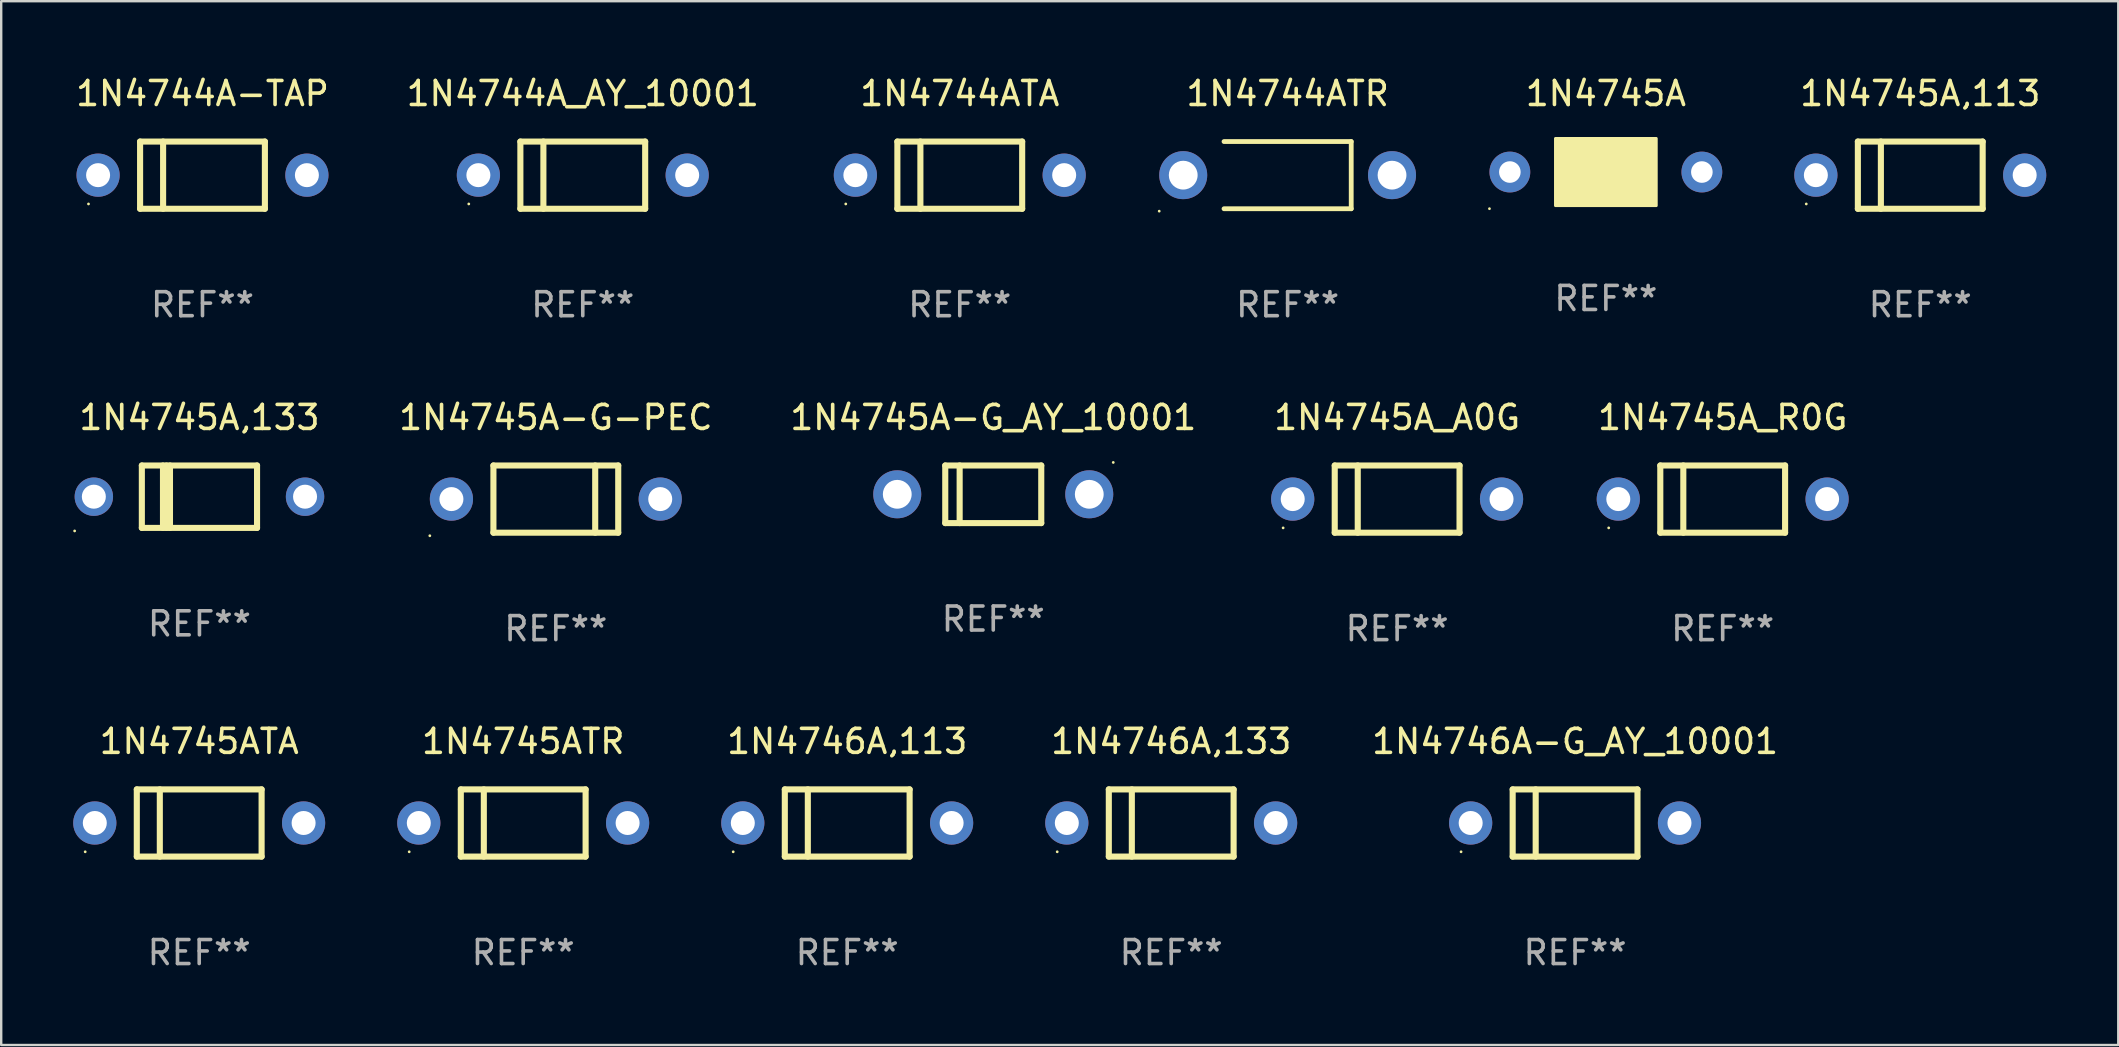
<source format=kicad_pcb>
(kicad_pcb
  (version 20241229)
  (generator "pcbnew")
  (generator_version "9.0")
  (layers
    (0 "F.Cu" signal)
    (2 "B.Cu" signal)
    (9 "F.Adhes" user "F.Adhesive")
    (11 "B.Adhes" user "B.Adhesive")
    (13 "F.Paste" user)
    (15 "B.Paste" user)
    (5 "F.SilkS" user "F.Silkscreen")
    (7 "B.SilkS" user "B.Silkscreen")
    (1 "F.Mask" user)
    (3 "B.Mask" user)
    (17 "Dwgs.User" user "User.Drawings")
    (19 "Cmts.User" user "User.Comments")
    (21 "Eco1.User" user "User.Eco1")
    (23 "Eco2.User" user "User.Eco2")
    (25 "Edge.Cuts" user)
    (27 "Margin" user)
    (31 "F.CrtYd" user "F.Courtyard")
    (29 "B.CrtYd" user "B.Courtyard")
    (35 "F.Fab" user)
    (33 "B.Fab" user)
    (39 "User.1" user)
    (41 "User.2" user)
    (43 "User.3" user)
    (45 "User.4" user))
  (footprint "1N4744ATR"
    (layer "F.Cu")
    (at 50.6 4.248)
    (property "Reference" "1N4744ATR" (at 0 -3.4 0) (layer "F.SilkS") (effects (font (size 1 1) (thickness 0.15))))
    (attr through_hole)
    (fp_line (start -2.65 1.4) (end 2.65 1.4) (stroke (width 0.2) (type solid)) (layer "F.SilkS"))
    (fp_line (start 2.65 -1.4) (end -2.65 -1.4) (stroke (width 0.2) (type solid)) (layer "F.SilkS"))
    (fp_line (start 2.65 1.4) (end 2.65 -1.4) (stroke (width 0.2) (type solid)) (layer "F.SilkS"))
    (fp_circle (center -5.35 1.5) (end -5.32 1.5) (stroke (width 0.06) (type solid)) (fill no) (layer "F.SilkS"))
    (fp_text user "REF**" (at 0 5.4 0) (layer "F.Fab") (effects (font (size 1 1) (thickness 0.15))))
    (pad "1" thru_hole circle (at -4.35 0) (size 2 2) (drill 1.2) (layers "*.Cu" "*.Mask"))
    (pad "2" thru_hole circle (at 4.35 0) (size 2 2) (drill 1.2) (layers "*.Cu" "*.Mask")))
  (footprint "1N4745ATR"
    (layer "F.Cu")
    (at 18.75 31.241)
    (property "Reference" "1N4745ATR" (at 0 -3.4 0) (layer "F.SilkS") (effects (font (size 1 1) (thickness 0.15))))
    (attr through_hole)
    (fp_line (start -2.6 -1.4) (end -2.6 1.4) (stroke (width 0.254) (type solid)) (layer "F.SilkS"))
    (fp_line (start -2.6 -1.4) (end 2.6 -1.4) (stroke (width 0.254) (type solid)) (layer "F.SilkS"))
    (fp_line (start -2.6 1.4) (end 2.6 1.4) (stroke (width 0.254) (type solid)) (layer "F.SilkS"))
    (fp_line (start -1.641 -1.4) (end -1.641 1.4) (stroke (width 0.254) (type solid)) (layer "F.SilkS"))
    (fp_line (start 2.6 -1.4) (end 2.6 1.4) (stroke (width 0.254) (type solid)) (layer "F.SilkS"))
    (fp_circle (center -4.75 1.2) (end -4.72 1.2) (stroke (width 0.06) (type solid)) (fill no) (layer "F.SilkS"))
    (fp_text user "REF**" (at 0 5.4 0) (layer "F.Fab") (effects (font (size 1 1) (thickness 0.15))))
    (pad "1" thru_hole circle (at -4.35 0) (size 1.8 1.8) (drill 1) (layers "*.Cu" "*.Mask"))
    (pad "2" thru_hole circle (at 4.35 0) (size 1.8 1.8) (drill 1) (layers "*.Cu" "*.Mask")))
  (footprint "1N4746A-G_AY_10001"
    (layer "F.Cu")
    (at 62.577 31.241)
    (property "Reference" "1N4746A-G_AY_10001" (at 0 -3.4 0) (layer "F.SilkS") (effects (font (size 1 1) (thickness 0.15))))
    (attr through_hole)
    (fp_line (start -2.6 -1.4) (end -2.6 1.4) (stroke (width 0.254) (type solid)) (layer "F.SilkS"))
    (fp_line (start -2.6 -1.4) (end 2.6 -1.4) (stroke (width 0.254) (type solid)) (layer "F.SilkS"))
    (fp_line (start -2.6 1.4) (end 2.6 1.4) (stroke (width 0.254) (type solid)) (layer "F.SilkS"))
    (fp_line (start -1.641 -1.4) (end -1.641 1.4) (stroke (width 0.254) (type solid)) (layer "F.SilkS"))
    (fp_line (start 2.6 -1.4) (end 2.6 1.4) (stroke (width 0.254) (type solid)) (layer "F.SilkS"))
    (fp_circle (center -4.75 1.2) (end -4.72 1.2) (stroke (width 0.06) (type solid)) (fill no) (layer "F.SilkS"))
    (fp_text user "REF**" (at 0 5.4 0) (layer "F.Fab") (effects (font (size 1 1) (thickness 0.15))))
    (pad "1" thru_hole circle (at -4.35 0) (size 1.8 1.8) (drill 1) (layers "*.Cu" "*.Mask"))
    (pad "2" thru_hole circle (at 4.35 0) (size 1.8 1.8) (drill 1) (layers "*.Cu" "*.Mask")))
  (footprint "1N4744A-TAP"
    (layer "F.Cu")
    (at 5.387 4.248)
    (property "Reference" "1N4744A-TAP" (at 0 -3.4 0) (layer "F.SilkS") (effects (font (size 1 1) (thickness 0.15))))
    (attr through_hole)
    (fp_line (start -2.6 -1.4) (end -2.6 1.4) (stroke (width 0.254) (type solid)) (layer "F.SilkS"))
    (fp_line (start -2.6 -1.4) (end 2.6 -1.4) (stroke (width 0.254) (type solid)) (layer "F.SilkS"))
    (fp_line (start -2.6 1.4) (end 2.6 1.4) (stroke (width 0.254) (type solid)) (layer "F.SilkS"))
    (fp_line (start -1.641 -1.4) (end -1.641 1.4) (stroke (width 0.254) (type solid)) (layer "F.SilkS"))
    (fp_line (start 2.6 -1.4) (end 2.6 1.4) (stroke (width 0.254) (type solid)) (layer "F.SilkS"))
    (fp_circle (center -4.75 1.2) (end -4.72 1.2) (stroke (width 0.06) (type solid)) (fill no) (layer "F.SilkS"))
    (fp_text user "REF**" (at 0 5.4 0) (layer "F.Fab") (effects (font (size 1 1) (thickness 0.15))))
    (pad "1" thru_hole circle (at -4.35 0) (size 1.8 1.8) (drill 1) (layers "*.Cu" "*.Mask"))
    (pad "2" thru_hole circle (at 4.35 0) (size 1.8 1.8) (drill 1) (layers "*.Cu" "*.Mask")))
  (footprint "1N4745A-G-PEC"
    (layer "F.Cu")
    (at 20.109 17.745)
    (property "Reference" "1N4745A-G-PEC" (at 0 -3.4 0) (layer "F.SilkS") (effects (font (size 1 1) (thickness 0.15))))
    (attr through_hole)
    (fp_line (start -2.6 1.4) (end -2.6 -1.4) (stroke (width 0.254) (type solid)) (layer "F.SilkS"))
    (fp_line (start 1.641 1.4) (end 1.641 -1.4) (stroke (width 0.254) (type solid)) (layer "F.SilkS"))
    (fp_line (start 2.6 -1.4) (end -2.6 -1.4) (stroke (width 0.254) (type solid)) (layer "F.SilkS"))
    (fp_line (start 2.6 1.4) (end -2.6 1.4) (stroke (width 0.254) (type solid)) (layer "F.SilkS"))
    (fp_line (start 2.6 1.4) (end 2.6 -1.4) (stroke (width 0.254) (type solid)) (layer "F.SilkS"))
    (fp_circle (center -5.25 1.527) (end -5.22 1.527) (stroke (width 0.06) (type solid)) (fill no) (layer "F.SilkS"))
    (fp_text user "REF**" (at 0 5.4 0) (layer "F.Fab") (effects (font (size 1 1) (thickness 0.15))))
    (pad "1" thru_hole circle (at -4.35 0) (size 1.8 1.8) (drill 1) (layers "*.Cu" "*.Mask"))
    (pad "2" thru_hole circle (at 4.35 0) (size 1.8 1.8) (drill 1) (layers "*.Cu" "*.Mask")))
  (footprint "1N4744A_AY_10001"
    (layer "F.Cu")
    (at 21.232 4.248)
    (property "Reference" "1N4744A_AY_10001" (at 0 -3.4 0) (layer "F.SilkS") (effects (font (size 1 1) (thickness 0.15))))
    (attr through_hole)
    (fp_line (start -2.6 -1.4) (end -2.6 1.4) (stroke (width 0.254) (type solid)) (layer "F.SilkS"))
    (fp_line (start -2.6 -1.4) (end 2.6 -1.4) (stroke (width 0.254) (type solid)) (layer "F.SilkS"))
    (fp_line (start -2.6 1.4) (end 2.6 1.4) (stroke (width 0.254) (type solid)) (layer "F.SilkS"))
    (fp_line (start -1.641 -1.4) (end -1.641 1.4) (stroke (width 0.254) (type solid)) (layer "F.SilkS"))
    (fp_line (start 2.6 -1.4) (end 2.6 1.4) (stroke (width 0.254) (type solid)) (layer "F.SilkS"))
    (fp_circle (center -4.75 1.2) (end -4.72 1.2) (stroke (width 0.06) (type solid)) (fill no) (layer "F.SilkS"))
    (fp_text user "REF**" (at 0 5.4 0) (layer "F.Fab") (effects (font (size 1 1) (thickness 0.15))))
    (pad "1" thru_hole circle (at -4.35 0) (size 1.8 1.8) (drill 1) (layers "*.Cu" "*.Mask"))
    (pad "2" thru_hole circle (at 4.35 0) (size 1.8 1.8) (drill 1) (layers "*.Cu" "*.Mask")))
  (footprint "1N4745ATA"
    (layer "F.Cu")
    (at 5.25 31.241)
    (property "Reference" "1N4745ATA" (at 0 -3.4 0) (layer "F.SilkS") (effects (font (size 1 1) (thickness 0.15))))
    (attr through_hole)
    (fp_line (start -2.6 -1.4) (end -2.6 1.4) (stroke (width 0.254) (type solid)) (layer "F.SilkS"))
    (fp_line (start -2.6 -1.4) (end 2.6 -1.4) (stroke (width 0.254) (type solid)) (layer "F.SilkS"))
    (fp_line (start -2.6 1.4) (end 2.6 1.4) (stroke (width 0.254) (type solid)) (layer "F.SilkS"))
    (fp_line (start -1.641 -1.4) (end -1.641 1.4) (stroke (width 0.254) (type solid)) (layer "F.SilkS"))
    (fp_line (start 2.6 -1.4) (end 2.6 1.4) (stroke (width 0.254) (type solid)) (layer "F.SilkS"))
    (fp_circle (center -4.75 1.2) (end -4.72 1.2) (stroke (width 0.06) (type solid)) (fill no) (layer "F.SilkS"))
    (fp_text user "REF**" (at 0 5.4 0) (layer "F.Fab") (effects (font (size 1 1) (thickness 0.15))))
    (pad "1" thru_hole circle (at -4.35 0) (size 1.8 1.8) (drill 1) (layers "*.Cu" "*.Mask"))
    (pad "2" thru_hole circle (at 4.35 0) (size 1.8 1.8) (drill 1) (layers "*.Cu" "*.Mask")))
  (footprint "1N4745A,133"
    (layer "F.Cu")
    (at 5.26 17.645)
    (property "Reference" "1N4745A,133" (at 0 -3.3 0) (layer "F.SilkS") (effects (font (size 1 1) (thickness 0.15))))
    (attr through_hole)
    (fp_line (start -2.4 -1.3) (end -2.4 1.3) (stroke (width 0.254) (type solid)) (layer "F.SilkS"))
    (fp_line (start -2.4 -1.3) (end 2.4 -1.3) (stroke (width 0.254) (type solid)) (layer "F.SilkS"))
    (fp_line (start -2.4 1.3) (end 2.4 1.3) (stroke (width 0.254) (type solid)) (layer "F.SilkS"))
    (fp_line (start -1.519 -1.3) (end -1.519 1.3) (stroke (width 0.254) (type solid)) (layer "F.SilkS"))
    (fp_line (start -1.374 -1.3) (end -1.374 1.3) (stroke (width 0.254) (type solid)) (layer "F.SilkS"))
    (fp_line (start -1.228 -1.3) (end -1.228 1.3) (stroke (width 0.254) (type solid)) (layer "F.SilkS"))
    (fp_line (start 2.4 -1.3) (end 2.4 1.3) (stroke (width 0.254) (type solid)) (layer "F.SilkS"))
    (fp_circle (center -5.2 1.427) (end -5.17 1.427) (stroke (width 0.06) (type solid)) (fill no) (layer "F.SilkS"))
    (fp_text user "REF**" (at 0 5.3 0) (layer "F.Fab") (effects (font (size 1 1) (thickness 0.15))))
    (pad "1" thru_hole circle (at -4.4 0.000013) (size 1.6 1.6) (drill 1) (layers "*.Cu" "*.Mask"))
    (pad "2" thru_hole circle (at 4.4 0.000013) (size 1.6 1.6) (drill 1) (layers "*.Cu" "*.Mask")))
  (footprint "1N4745A_R0G"
    (layer "F.Cu")
    (at 68.728 17.745)
    (property "Reference" "1N4745A_R0G" (at 0 -3.4 0) (layer "F.SilkS") (effects (font (size 1 1) (thickness 0.15))))
    (attr through_hole)
    (fp_line (start -2.6 -1.4) (end -2.6 1.4) (stroke (width 0.254) (type solid)) (layer "F.SilkS"))
    (fp_line (start -2.6 -1.4) (end 2.6 -1.4) (stroke (width 0.254) (type solid)) (layer "F.SilkS"))
    (fp_line (start -2.6 1.4) (end 2.6 1.4) (stroke (width 0.254) (type solid)) (layer "F.SilkS"))
    (fp_line (start -1.641 -1.4) (end -1.641 1.4) (stroke (width 0.254) (type solid)) (layer "F.SilkS"))
    (fp_line (start 2.6 -1.4) (end 2.6 1.4) (stroke (width 0.254) (type solid)) (layer "F.SilkS"))
    (fp_circle (center -4.75 1.2) (end -4.72 1.2) (stroke (width 0.06) (type solid)) (fill no) (layer "F.SilkS"))
    (fp_text user "REF**" (at 0 5.4 0) (layer "F.Fab") (effects (font (size 1 1) (thickness 0.15))))
    (pad "1" thru_hole circle (at -4.35 0) (size 1.8 1.8) (drill 1) (layers "*.Cu" "*.Mask"))
    (pad "2" thru_hole circle (at 4.35 0) (size 1.8 1.8) (drill 1) (layers "*.Cu" "*.Mask")))
  (footprint "1N4745A_A0G"
    (layer "F.Cu")
    (at 55.163 17.745)
    (property "Reference" "1N4745A_A0G" (at 0 -3.4 0) (layer "F.SilkS") (effects (font (size 1 1) (thickness 0.15))))
    (attr through_hole)
    (fp_line (start -2.6 -1.4) (end -2.6 1.4) (stroke (width 0.254) (type solid)) (layer "F.SilkS"))
    (fp_line (start -2.6 -1.4) (end 2.6 -1.4) (stroke (width 0.254) (type solid)) (layer "F.SilkS"))
    (fp_line (start -2.6 1.4) (end 2.6 1.4) (stroke (width 0.254) (type solid)) (layer "F.SilkS"))
    (fp_line (start -1.641 -1.4) (end -1.641 1.4) (stroke (width 0.254) (type solid)) (layer "F.SilkS"))
    (fp_line (start 2.6 -1.4) (end 2.6 1.4) (stroke (width 0.254) (type solid)) (layer "F.SilkS"))
    (fp_circle (center -4.75 1.2) (end -4.72 1.2) (stroke (width 0.06) (type solid)) (fill no) (layer "F.SilkS"))
    (fp_text user "REF**" (at 0 5.4 0) (layer "F.Fab") (effects (font (size 1 1) (thickness 0.15))))
    (pad "1" thru_hole circle (at -4.35 0) (size 1.8 1.8) (drill 1) (layers "*.Cu" "*.Mask"))
    (pad "2" thru_hole circle (at 4.35 0) (size 1.8 1.8) (drill 1) (layers "*.Cu" "*.Mask")))
  (footprint "1N4745A-G_AY_10001"
    (layer "F.Cu")
    (at 38.335 17.545)
    (property "Reference" "1N4745A-G_AY_10001" (at 0 -3.2 0) (layer "F.SilkS") (effects (font (size 1 1) (thickness 0.15))))
    (attr through_hole)
    (fp_line (start -2 -1.2) (end 2 -1.2) (stroke (width 0.254) (type solid)) (layer "F.SilkS"))
    (fp_line (start -2 1.2) (end -2 -1.2) (stroke (width 0.254) (type solid)) (layer "F.SilkS"))
    (fp_line (start -1.4 -1.2) (end -1.4 1.2) (stroke (width 0.254) (type solid)) (layer "F.SilkS"))
    (fp_line (start 2 -1.2) (end 2 1.2) (stroke (width 0.254) (type solid)) (layer "F.SilkS"))
    (fp_line (start 2 1.2) (end -2 1.2) (stroke (width 0.254) (type solid)) (layer "F.SilkS"))
    (fp_circle (center 5 -1.327) (end 5.03 -1.327) (stroke (width 0.06) (type solid)) (fill no) (layer "F.SilkS"))
    (fp_text user "REF**" (at 0 5.2 0) (layer "F.Fab") (effects (font (size 1 1) (thickness 0.15))))
    (pad "1" thru_hole circle (at -4 0) (size 2 2) (drill 1.2) (layers "*.Cu" "*.Mask"))
    (pad "2" thru_hole circle (at 4 0) (size 2 2) (drill 1.2) (layers "*.Cu" "*.Mask")))
  (footprint "1N4746A,133"
    (layer "F.Cu")
    (at 45.75 31.241)
    (property "Reference" "1N4746A,133" (at 0 -3.4 0) (layer "F.SilkS") (effects (font (size 1 1) (thickness 0.15))))
    (attr through_hole)
    (fp_line (start -2.6 -1.4) (end -2.6 1.4) (stroke (width 0.254) (type solid)) (layer "F.SilkS"))
    (fp_line (start -2.6 -1.4) (end 2.6 -1.4) (stroke (width 0.254) (type solid)) (layer "F.SilkS"))
    (fp_line (start -2.6 1.4) (end 2.6 1.4) (stroke (width 0.254) (type solid)) (layer "F.SilkS"))
    (fp_line (start -1.641 -1.4) (end -1.641 1.4) (stroke (width 0.254) (type solid)) (layer "F.SilkS"))
    (fp_line (start 2.6 -1.4) (end 2.6 1.4) (stroke (width 0.254) (type solid)) (layer "F.SilkS"))
    (fp_circle (center -4.75 1.2) (end -4.72 1.2) (stroke (width 0.06) (type solid)) (fill no) (layer "F.SilkS"))
    (fp_text user "REF**" (at 0 5.4 0) (layer "F.Fab") (effects (font (size 1 1) (thickness 0.15))))
    (pad "1" thru_hole circle (at -4.35 0) (size 1.8 1.8) (drill 1) (layers "*.Cu" "*.Mask"))
    (pad "2" thru_hole circle (at 4.35 0) (size 1.8 1.8) (drill 1) (layers "*.Cu" "*.Mask")))
  (footprint "1N4744ATA"
    (layer "F.Cu")
    (at 36.94 4.248)
    (property "Reference" "1N4744ATA" (at 0 -3.4 0) (layer "F.SilkS") (effects (font (size 1 1) (thickness 0.15))))
    (attr through_hole)
    (fp_line (start -2.6 -1.4) (end -2.6 1.4) (stroke (width 0.254) (type solid)) (layer "F.SilkS"))
    (fp_line (start -2.6 -1.4) (end 2.6 -1.4) (stroke (width 0.254) (type solid)) (layer "F.SilkS"))
    (fp_line (start -2.6 1.4) (end 2.6 1.4) (stroke (width 0.254) (type solid)) (layer "F.SilkS"))
    (fp_line (start -1.641 -1.4) (end -1.641 1.4) (stroke (width 0.254) (type solid)) (layer "F.SilkS"))
    (fp_line (start 2.6 -1.4) (end 2.6 1.4) (stroke (width 0.254) (type solid)) (layer "F.SilkS"))
    (fp_circle (center -4.75 1.2) (end -4.72 1.2) (stroke (width 0.06) (type solid)) (fill no) (layer "F.SilkS"))
    (fp_text user "REF**" (at 0 5.4 0) (layer "F.Fab") (effects (font (size 1 1) (thickness 0.15))))
    (pad "1" thru_hole circle (at -4.35 0) (size 1.8 1.8) (drill 1) (layers "*.Cu" "*.Mask"))
    (pad "2" thru_hole circle (at 4.35 0) (size 1.8 1.8) (drill 1) (layers "*.Cu" "*.Mask")))
  (footprint "1N4745A,113"
    (layer "F.Cu")
    (at 76.96 4.248)
    (property "Reference" "1N4745A,113" (at 0 -3.4 0) (layer "F.SilkS") (effects (font (size 1 1) (thickness 0.15))))
    (attr through_hole)
    (fp_line (start -2.6 -1.4) (end -2.6 1.4) (stroke (width 0.254) (type solid)) (layer "F.SilkS"))
    (fp_line (start -2.6 -1.4) (end 2.6 -1.4) (stroke (width 0.254) (type solid)) (layer "F.SilkS"))
    (fp_line (start -2.6 1.4) (end 2.6 1.4) (stroke (width 0.254) (type solid)) (layer "F.SilkS"))
    (fp_line (start -1.641 -1.4) (end -1.641 1.4) (stroke (width 0.254) (type solid)) (layer "F.SilkS"))
    (fp_line (start 2.6 -1.4) (end 2.6 1.4) (stroke (width 0.254) (type solid)) (layer "F.SilkS"))
    (fp_circle (center -4.75 1.2) (end -4.72 1.2) (stroke (width 0.06) (type solid)) (fill no) (layer "F.SilkS"))
    (fp_text user "REF**" (at 0 5.4 0) (layer "F.Fab") (effects (font (size 1 1) (thickness 0.15))))
    (pad "1" thru_hole circle (at -4.35 0) (size 1.8 1.8) (drill 1) (layers "*.Cu" "*.Mask"))
    (pad "2" thru_hole circle (at 4.35 0) (size 1.8 1.8) (drill 1) (layers "*.Cu" "*.Mask")))
  (footprint "1N4745A"
    (layer "F.Cu")
    (at 63.86 4.118)
    (property "Reference" "1N4745A" (at 0 -3.27 0) (layer "F.SilkS") (effects (font (size 1 1) (thickness 0.15))))
    (attr through_hole)
    (fp_line (start 1.27 -1.27) (end 1.27 1.27) (stroke (width 0.229) (type solid)) (layer "F.SilkS"))
    (fp_circle (center -4.85 1.527) (end -4.82 1.527) (stroke (width 0.06) (type solid)) (fill no) (layer "F.SilkS"))
    (fp_poly (pts (xy -2.1 -1.4) (xy 2.1 -1.4) (xy 2.1 1.4) (xy -2.1 1.4)) (stroke (width 0.12) (type solid)) (fill yes) (layer "F.SilkS"))
    (fp_text user "REF**" (at 0 5.27 0) (layer "F.Fab") (effects (font (size 1 1) (thickness 0.15))))
    (pad "1" thru_hole circle (at -4 0) (size 1.7 1.7) (drill 0.9) (layers "*.Cu" "*.Mask"))
    (pad "2" thru_hole circle (at 4 0) (size 1.7 1.7) (drill 0.9) (layers "*.Cu" "*.Mask")))
  (footprint "1N4746A,113"
    (layer "F.Cu")
    (at 32.25 31.241)
    (property "Reference" "1N4746A,113" (at 0 -3.4 0) (layer "F.SilkS") (effects (font (size 1 1) (thickness 0.15))))
    (attr through_hole)
    (fp_line (start -2.6 -1.4) (end -2.6 1.4) (stroke (width 0.254) (type solid)) (layer "F.SilkS"))
    (fp_line (start -2.6 -1.4) (end 2.6 -1.4) (stroke (width 0.254) (type solid)) (layer "F.SilkS"))
    (fp_line (start -2.6 1.4) (end 2.6 1.4) (stroke (width 0.254) (type solid)) (layer "F.SilkS"))
    (fp_line (start -1.641 -1.4) (end -1.641 1.4) (stroke (width 0.254) (type solid)) (layer "F.SilkS"))
    (fp_line (start 2.6 -1.4) (end 2.6 1.4) (stroke (width 0.254) (type solid)) (layer "F.SilkS"))
    (fp_circle (center -4.75 1.2) (end -4.72 1.2) (stroke (width 0.06) (type solid)) (fill no) (layer "F.SilkS"))
    (fp_text user "REF**" (at 0 5.4 0) (layer "F.Fab") (effects (font (size 1 1) (thickness 0.15))))
    (pad "1" thru_hole circle (at -4.35 0) (size 1.8 1.8) (drill 1) (layers "*.Cu" "*.Mask"))
    (pad "2" thru_hole circle (at 4.35 0) (size 1.8 1.8) (drill 1) (layers "*.Cu" "*.Mask")))
  (gr_rect
    (start -3 -3)
    (end 85.21 40.49)
    (stroke (width 0.1) (type default))
    (fill no)
    (layer "Edge.Cuts")))
</source>
